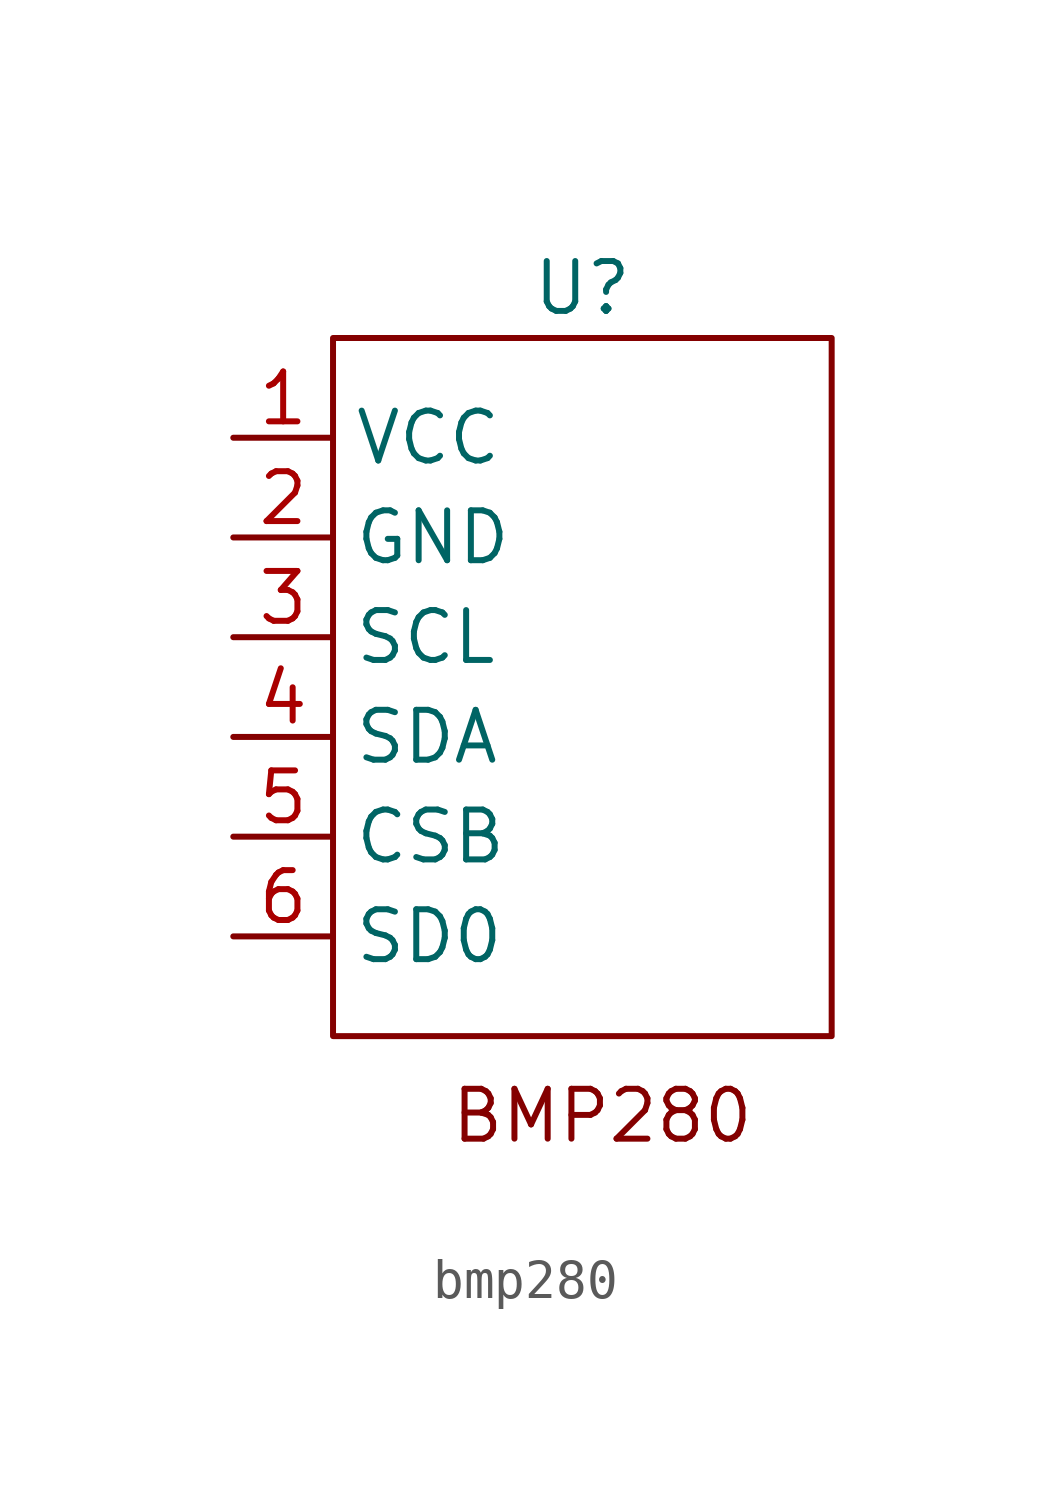
<source format=kicad_sym>
(kicad_symbol_lib
  (version 20241209)
  (generator "kicad_symbol_editor")
  (generator_version "9.0")
  (symbol "bmp280"
    (property "Reference" "U"
      (at 0 0 0)
      (effects (font (size 1.27 1.27))))
    (property "Value" ""
      (at 0 0 0)
      (effects (font (size 1.27 1.27))))
    (symbol "bmp280_0_1"
      (rectangle (start -6.35 -1.27) (end 6.35 -19.05) (stroke (width 0) (type default)) (fill (type none))))
    (symbol "bmp280_1_1"
      (text "BMP280" (at 0.508 -21.082 0) (effects (font (size 1.27 1.27))))
      (pin power_in line (at -8.89 -3.81 0) (length 2.54) (name "VCC" (effects (font (size 1.27 1.27)))) (number "1" (effects (font (size 1.27 1.27)))))
      (pin power_in line (at -8.89 -6.35 0) (length 2.54) (name "GND" (effects (font (size 1.27 1.27)))) (number "2" (effects (font (size 1.27 1.27)))))
      (pin input line (at -8.89 -8.89 0) (length 2.54) (name "SCL" (effects (font (size 1.27 1.27)))) (number "3" (effects (font (size 1.27 1.27)))))
      (pin bidirectional line (at -8.89 -11.43 0) (length 2.54) (name "SDA" (effects (font (size 1.27 1.27)))) (number "4" (effects (font (size 1.27 1.27)))))
      (pin input line (at -8.89 -13.97 0) (length 2.54) (name "CSB" (effects (font (size 1.27 1.27)))) (number "5" (effects (font (size 1.27 1.27)))))
      (pin output line (at -8.89 -16.51 0) (length 2.54) (name "SD0" (effects (font (size 1.27 1.27)))) (number "6" (effects (font (size 1.27 1.27))))))))
</source>
